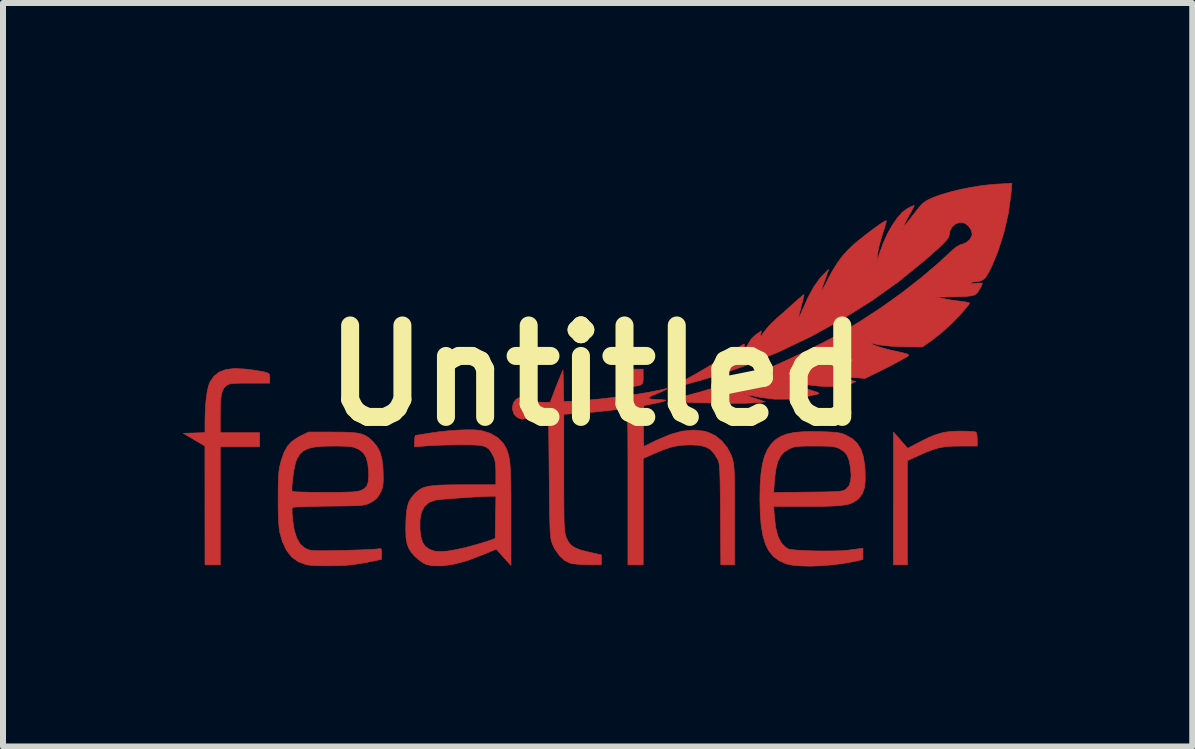
<source format=kicad_pcb>
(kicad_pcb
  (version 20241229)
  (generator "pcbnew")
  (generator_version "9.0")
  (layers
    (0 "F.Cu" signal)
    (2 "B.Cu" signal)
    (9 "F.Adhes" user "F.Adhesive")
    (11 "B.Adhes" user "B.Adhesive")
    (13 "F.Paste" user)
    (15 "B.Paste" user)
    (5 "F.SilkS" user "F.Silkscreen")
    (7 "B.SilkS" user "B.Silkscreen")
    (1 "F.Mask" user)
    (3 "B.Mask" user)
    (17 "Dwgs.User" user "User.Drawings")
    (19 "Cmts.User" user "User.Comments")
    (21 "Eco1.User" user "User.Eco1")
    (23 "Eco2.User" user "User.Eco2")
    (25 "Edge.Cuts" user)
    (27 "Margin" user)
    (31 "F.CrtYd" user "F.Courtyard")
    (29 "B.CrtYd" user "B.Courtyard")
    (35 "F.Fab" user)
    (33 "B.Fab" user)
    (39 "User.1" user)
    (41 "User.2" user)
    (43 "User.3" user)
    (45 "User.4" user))
  (footprint "Untitled"
    (layer "F.Cu")
    (at 6.885 3.208)
    (property "Reference" "Untitled" (at 0 0 0) (layer "F.SilkS") (effects (font (size 1.524 1.524) (thickness 0.3))))
    (attr through_hole)
    (fp_poly (pts (xy 0.783 0.019) (xy 0.782 0.09) (xy 0.771 0.132) (xy 0.742 0.157) (xy 0.687 0.171) (xy 0.627 0.181) (xy 0.529 0.195) (xy 0.529 -0.106) (xy 0.783 -0.106) (xy 0.783 0.019)) (stroke (width 0.01) (type solid)) (fill yes) (layer "F.Cu"))
    (fp_poly (pts (xy 6.08 0.926) (xy 6.175 0.928) (xy 6.255 0.932) (xy 6.309 0.937) (xy 6.328 0.942) (xy 6.341 0.969) (xy 6.348 1.024) (xy 6.35 1.065) (xy 6.35 1.175) (xy 6.07 1.175) (xy 5.932 1.177) (xy 5.817 1.186) (xy 5.715 1.204) (xy 5.612 1.233) (xy 5.496 1.278) (xy 5.356 1.341) (xy 5.35 1.343) (xy 5.186 1.419) (xy 5.186 3.154) (xy 4.953 3.154) (xy 4.954 2.048) (xy 4.954 0.942) (xy 5.01 1.005) (xy 5.061 1.064) (xy 5.117 1.129) (xy 5.128 1.141) (xy 5.191 1.213) (xy 5.395 1.106) (xy 5.541 1.033) (xy 5.667 0.982) (xy 5.784 0.949) (xy 5.905 0.932) (xy 6.044 0.926) (xy 6.08 0.926)) (stroke (width 0.01) (type solid)) (fill yes) (layer "F.Cu"))
    (fp_poly (pts (xy -5.858 -0.109) (xy -5.827 -0.106) (xy -5.726 -0.093) (xy -5.63 -0.078) (xy -5.554 -0.065) (xy -5.53 -0.059) (xy -5.474 -0.043) (xy -5.448 -0.022) (xy -5.44 0.017) (xy -5.44 0.045) (xy -5.44 0.127) (xy -5.776 0.127) (xy -5.904 0.127) (xy -5.997 0.129) (xy -6.062 0.133) (xy -6.106 0.14) (xy -6.137 0.151) (xy -6.162 0.166) (xy -6.167 0.17) (xy -6.203 0.207) (xy -6.229 0.257) (xy -6.247 0.326) (xy -6.259 0.42) (xy -6.264 0.546) (xy -6.265 0.661) (xy -6.265 0.953) (xy -5.609 0.953) (xy -5.609 1.185) (xy -6.265 1.185) (xy -6.265 3.154) (xy -6.519 3.154) (xy -6.52 1.175) (xy -6.88 0.963) (xy -6.519 0.951) (xy -6.519 0.756) (xy -6.514 0.575) (xy -6.502 0.412) (xy -6.483 0.273) (xy -6.458 0.165) (xy -6.436 0.109) (xy -6.37 0.012) (xy -6.283 -0.057) (xy -6.17 -0.1) (xy -6.03 -0.117) (xy -5.858 -0.109)) (stroke (width 0.01) (type solid)) (fill yes) (layer "F.Cu"))
    (fp_poly (pts (xy -2.033 0.905) (xy -1.935 0.914) (xy -1.914 0.917) (xy -1.76 0.965) (xy -1.636 1.038) (xy -1.545 1.135) (xy -1.531 1.158) (xy -1.504 1.206) (xy -1.482 1.255) (xy -1.465 1.31) (xy -1.45 1.374) (xy -1.439 1.452) (xy -1.431 1.548) (xy -1.426 1.666) (xy -1.422 1.812) (xy -1.42 1.988) (xy -1.42 2.201) (xy -1.42 2.339) (xy -1.42 3.164) (xy -1.543 3.029) (xy -1.666 2.893) (xy -1.897 2.989) (xy -2.143 3.082) (xy -2.364 3.142) (xy -2.559 3.172) (xy -2.727 3.17) (xy -2.836 3.147) (xy -2.889 3.12) (xy -2.956 3.072) (xy -3.019 3.016) (xy -3.08 2.948) (xy -3.124 2.877) (xy -3.153 2.797) (xy -3.169 2.698) (xy -3.174 2.573) (xy -3.171 2.433) (xy -3.17 2.41) (xy -2.937 2.41) (xy -2.936 2.571) (xy -2.92 2.696) (xy -2.89 2.787) (xy -2.843 2.852) (xy -2.774 2.898) (xy -2.766 2.902) (xy -2.69 2.926) (xy -2.594 2.934) (xy -2.473 2.925) (xy -2.324 2.899) (xy -2.186 2.868) (xy -2.076 2.839) (xy -1.961 2.807) (xy -1.861 2.776) (xy -1.831 2.767) (xy -1.683 2.716) (xy -1.677 2.363) (xy -1.671 2.011) (xy -1.719 2.011) (xy -1.792 2.012) (xy -1.894 2.017) (xy -2.014 2.023) (xy -2.145 2.031) (xy -2.279 2.04) (xy -2.407 2.049) (xy -2.52 2.058) (xy -2.611 2.067) (xy -2.67 2.074) (xy -2.68 2.076) (xy -2.785 2.114) (xy -2.862 2.181) (xy -2.913 2.28) (xy -2.937 2.41) (xy -3.17 2.41) (xy -3.163 2.294) (xy -3.147 2.188) (xy -3.121 2.105) (xy -3.08 2.034) (xy -3.022 1.967) (xy -3.009 1.955) (xy -2.966 1.917) (xy -2.92 1.887) (xy -2.866 1.863) (xy -2.798 1.846) (xy -2.712 1.834) (xy -2.601 1.826) (xy -2.461 1.822) (xy -2.287 1.82) (xy -2.197 1.82) (xy -1.672 1.82) (xy -1.672 1.624) (xy -1.674 1.52) (xy -1.681 1.446) (xy -1.696 1.388) (xy -1.72 1.334) (xy -1.754 1.272) (xy -1.788 1.226) (xy -1.83 1.194) (xy -1.886 1.173) (xy -1.962 1.161) (xy -2.066 1.155) (xy -2.204 1.154) (xy -2.229 1.154) (xy -2.369 1.155) (xy -2.515 1.158) (xy -2.654 1.162) (xy -2.77 1.168) (xy -2.799 1.17) (xy -3.027 1.187) (xy -3.027 1.091) (xy -3.023 1.034) (xy -3.012 0.999) (xy -3.006 0.995) (xy -2.976 0.992) (xy -2.916 0.983) (xy -2.836 0.97) (xy -2.799 0.964) (xy -2.639 0.94) (xy -2.474 0.922) (xy -2.311 0.91) (xy -2.161 0.904) (xy -2.033 0.905)) (stroke (width 0.01) (type solid)) (fill yes) (layer "F.Cu"))
    (fp_poly (pts (xy 3.728 0.935) (xy 3.859 0.939) (xy 3.955 0.945) (xy 4.027 0.952) (xy 4.082 0.963) (xy 4.13 0.979) (xy 4.159 0.992) (xy 4.268 1.053) (xy 4.351 1.131) (xy 4.412 1.23) (xy 4.453 1.356) (xy 4.476 1.514) (xy 4.482 1.604) (xy 4.483 1.755) (xy 4.469 1.872) (xy 4.438 1.963) (xy 4.387 2.035) (xy 4.358 2.063) (xy 4.314 2.095) (xy 4.267 2.122) (xy 4.21 2.142) (xy 4.138 2.157) (xy 4.048 2.168) (xy 3.932 2.175) (xy 3.787 2.179) (xy 3.607 2.18) (xy 3.517 2.18) (xy 2.957 2.18) (xy 2.97 2.355) (xy 2.992 2.537) (xy 3.03 2.681) (xy 3.085 2.789) (xy 3.157 2.863) (xy 3.209 2.892) (xy 3.252 2.901) (xy 3.328 2.908) (xy 3.431 2.915) (xy 3.552 2.92) (xy 3.683 2.923) (xy 3.817 2.924) (xy 3.944 2.923) (xy 4.057 2.921) (xy 4.148 2.915) (xy 4.186 2.912) (xy 4.268 2.901) (xy 4.351 2.89) (xy 4.36 2.889) (xy 4.445 2.878) (xy 4.445 3.066) (xy 4.292 3.099) (xy 4.12 3.131) (xy 3.938 3.154) (xy 3.756 3.169) (xy 3.58 3.176) (xy 3.42 3.173) (xy 3.282 3.162) (xy 3.177 3.141) (xy 3.161 3.136) (xy 3.048 3.085) (xy 2.955 3.016) (xy 2.879 2.926) (xy 2.821 2.811) (xy 2.778 2.667) (xy 2.749 2.492) (xy 2.733 2.283) (xy 2.728 2.064) (xy 2.73 1.95) (xy 2.957 1.95) (xy 3.53 1.943) (xy 3.701 1.941) (xy 3.836 1.939) (xy 3.938 1.936) (xy 4.014 1.932) (xy 4.068 1.927) (xy 4.105 1.92) (xy 4.132 1.911) (xy 4.153 1.9) (xy 4.163 1.892) (xy 4.212 1.838) (xy 4.24 1.762) (xy 4.248 1.659) (xy 4.237 1.531) (xy 4.215 1.415) (xy 4.183 1.332) (xy 4.134 1.271) (xy 4.063 1.223) (xy 4.052 1.217) (xy 4.015 1.201) (xy 3.973 1.189) (xy 3.919 1.181) (xy 3.845 1.177) (xy 3.742 1.175) (xy 3.641 1.175) (xy 3.513 1.175) (xy 3.42 1.177) (xy 3.352 1.182) (xy 3.301 1.19) (xy 3.259 1.203) (xy 3.218 1.221) (xy 3.213 1.224) (xy 3.134 1.274) (xy 3.073 1.341) (xy 3.028 1.43) (xy 2.997 1.547) (xy 2.976 1.698) (xy 2.97 1.763) (xy 2.957 1.95) (xy 2.73 1.95) (xy 2.732 1.832) (xy 2.746 1.638) (xy 2.77 1.476) (xy 2.806 1.342) (xy 2.854 1.233) (xy 2.915 1.143) (xy 2.918 1.14) (xy 2.989 1.07) (xy 3.071 1.016) (xy 3.169 0.977) (xy 3.29 0.951) (xy 3.438 0.937) (xy 3.62 0.933) (xy 3.728 0.935)) (stroke (width 0.01) (type solid)) (fill yes) (layer "F.Cu"))
    (fp_poly (pts (xy -4.236 0.943) (xy -4.104 0.947) (xy -4.002 0.956) (xy -3.922 0.972) (xy -3.858 0.995) (xy -3.803 1.027) (xy -3.751 1.07) (xy -3.722 1.098) (xy -3.652 1.182) (xy -3.602 1.278) (xy -3.57 1.394) (xy -3.553 1.539) (xy -3.549 1.648) (xy -3.548 1.748) (xy -3.553 1.82) (xy -3.564 1.874) (xy -3.583 1.925) (xy -3.599 1.958) (xy -3.648 2.035) (xy -3.71 2.089) (xy -3.757 2.116) (xy -3.789 2.132) (xy -3.819 2.144) (xy -3.853 2.153) (xy -3.896 2.161) (xy -3.953 2.166) (xy -4.031 2.169) (xy -4.135 2.172) (xy -4.269 2.174) (xy -4.44 2.176) (xy -4.455 2.176) (xy -4.609 2.178) (xy -4.75 2.181) (xy -4.871 2.185) (xy -4.967 2.189) (xy -5.033 2.193) (xy -5.063 2.197) (xy -5.064 2.198) (xy -5.068 2.224) (xy -5.068 2.282) (xy -5.062 2.363) (xy -5.057 2.414) (xy -5.031 2.58) (xy -4.99 2.71) (xy -4.934 2.805) (xy -4.862 2.87) (xy -4.841 2.882) (xy -4.812 2.896) (xy -4.783 2.906) (xy -4.748 2.913) (xy -4.7 2.918) (xy -4.635 2.92) (xy -4.547 2.92) (xy -4.429 2.919) (xy -4.277 2.915) (xy -4.224 2.914) (xy -4.075 2.91) (xy -3.938 2.906) (xy -3.818 2.901) (xy -3.723 2.896) (xy -3.659 2.891) (xy -3.635 2.888) (xy -3.6 2.882) (xy -3.583 2.892) (xy -3.578 2.93) (xy -3.577 2.968) (xy -3.577 3.063) (xy -3.741 3.097) (xy -3.847 3.118) (xy -3.963 3.137) (xy -4.055 3.151) (xy -4.149 3.16) (xy -4.265 3.166) (xy -4.392 3.17) (xy -4.521 3.17) (xy -4.642 3.168) (xy -4.744 3.163) (xy -4.816 3.155) (xy -4.832 3.152) (xy -4.965 3.103) (xy -5.074 3.024) (xy -5.161 2.913) (xy -5.229 2.767) (xy -5.273 2.612) (xy -5.285 2.528) (xy -5.294 2.403) (xy -5.299 2.237) (xy -5.3 2.043) (xy -5.299 1.902) (xy -5.071 1.902) (xy -5.067 1.93) (xy -5.044 1.935) (xy -4.984 1.939) (xy -4.894 1.942) (xy -4.778 1.945) (xy -4.644 1.947) (xy -4.529 1.947) (xy -4.357 1.947) (xy -4.222 1.945) (xy -4.118 1.942) (xy -4.04 1.938) (xy -3.983 1.931) (xy -3.942 1.922) (xy -3.918 1.914) (xy -3.858 1.881) (xy -3.818 1.833) (xy -3.797 1.764) (xy -3.79 1.665) (xy -3.793 1.594) (xy -3.807 1.459) (xy -3.836 1.359) (xy -3.883 1.286) (xy -3.951 1.233) (xy -3.978 1.22) (xy -4.022 1.201) (xy -4.068 1.189) (xy -4.126 1.181) (xy -4.203 1.177) (xy -4.309 1.175) (xy -4.381 1.175) (xy -4.554 1.178) (xy -4.691 1.191) (xy -4.796 1.215) (xy -4.876 1.253) (xy -4.936 1.306) (xy -4.981 1.378) (xy -5.006 1.439) (xy -5.021 1.497) (xy -5.037 1.576) (xy -5.051 1.667) (xy -5.062 1.759) (xy -5.07 1.841) (xy -5.071 1.902) (xy -5.299 1.902) (xy -5.299 1.887) (xy -5.297 1.765) (xy -5.293 1.671) (xy -5.286 1.595) (xy -5.277 1.531) (xy -5.263 1.471) (xy -5.254 1.434) (xy -5.206 1.291) (xy -5.148 1.182) (xy -5.072 1.098) (xy -4.973 1.031) (xy -4.937 1.012) (xy -4.795 0.942) (xy -4.403 0.942) (xy -4.236 0.943)) (stroke (width 0.01) (type solid)) (fill yes) (layer "F.Cu"))
    (fp_poly (pts (xy -0.546 0.169) (xy -0.54 0.434) (xy -0.476 0.432) (xy -0.314 0.424) (xy -0.127 0.409) (xy 0.077 0.389) (xy 0.289 0.365) (xy 0.5 0.337) (xy 0.702 0.308) (xy 0.886 0.277) (xy 1.043 0.246) (xy 1.154 0.22) (xy 1.182 0.215) (xy 1.176 0.224) (xy 1.141 0.244) (xy 1.083 0.271) (xy 1.007 0.303) (xy 0.987 0.311) (xy 0.913 0.344) (xy 0.877 0.368) (xy 0.882 0.385) (xy 0.927 0.395) (xy 1.014 0.4) (xy 1.046 0.401) (xy 1.11 0.404) (xy 1.15 0.409) (xy 1.158 0.416) (xy 1.132 0.426) (xy 1.075 0.442) (xy 0.998 0.459) (xy 0.969 0.465) (xy 0.794 0.501) (xy 0.788 0.845) (xy 0.787 0.96) (xy 0.788 1.057) (xy 0.791 1.131) (xy 0.795 1.173) (xy 0.799 1.181) (xy 0.823 1.169) (xy 0.877 1.142) (xy 0.952 1.105) (xy 1.016 1.074) (xy 1.231 0.982) (xy 1.431 0.927) (xy 1.617 0.908) (xy 1.793 0.926) (xy 1.862 0.944) (xy 1.982 1) (xy 2.093 1.089) (xy 2.185 1.202) (xy 2.252 1.332) (xy 2.263 1.364) (xy 2.274 1.402) (xy 2.283 1.441) (xy 2.291 1.484) (xy 2.296 1.537) (xy 2.3 1.603) (xy 2.303 1.688) (xy 2.305 1.796) (xy 2.307 1.933) (xy 2.307 2.101) (xy 2.307 2.307) (xy 2.307 2.331) (xy 2.307 3.154) (xy 2.077 3.154) (xy 2.071 2.312) (xy 2.069 2.1) (xy 2.067 1.925) (xy 2.065 1.785) (xy 2.062 1.674) (xy 2.059 1.589) (xy 2.054 1.524) (xy 2.049 1.477) (xy 2.042 1.443) (xy 2.034 1.417) (xy 2.024 1.397) (xy 1.964 1.299) (xy 1.899 1.23) (xy 1.82 1.187) (xy 1.72 1.163) (xy 1.589 1.156) (xy 1.556 1.156) (xy 1.438 1.161) (xy 1.332 1.175) (xy 1.228 1.199) (xy 1.113 1.239) (xy 0.977 1.295) (xy 0.93 1.316) (xy 0.783 1.382) (xy 0.783 3.154) (xy 0.529 3.154) (xy 0.529 1.852) (xy 0.529 1.585) (xy 0.529 1.357) (xy 0.528 1.164) (xy 0.528 1.006) (xy 0.526 0.876) (xy 0.525 0.774) (xy 0.522 0.696) (xy 0.519 0.638) (xy 0.515 0.598) (xy 0.511 0.572) (xy 0.505 0.558) (xy 0.498 0.552) (xy 0.492 0.551) (xy 0.453 0.554) (xy 0.387 0.561) (xy 0.307 0.571) (xy 0.307 0.571) (xy -0.018 0.607) (xy -0.339 0.632) (xy -0.54 0.646) (xy -0.54 1.619) (xy -0.54 1.85) (xy -0.539 2.042) (xy -0.538 2.2) (xy -0.537 2.327) (xy -0.535 2.428) (xy -0.531 2.507) (xy -0.527 2.567) (xy -0.522 2.612) (xy -0.515 2.647) (xy -0.507 2.676) (xy -0.501 2.693) (xy -0.465 2.769) (xy -0.42 2.826) (xy -0.356 2.869) (xy -0.267 2.905) (xy -0.144 2.937) (xy -0.13 2.94) (xy 0.085 2.989) (xy 0.085 3.154) (xy -0.132 3.152) (xy -0.234 3.149) (xy -0.329 3.142) (xy -0.404 3.133) (xy -0.431 3.128) (xy -0.522 3.084) (xy -0.609 3.006) (xy -0.683 2.903) (xy -0.723 2.823) (xy -0.734 2.794) (xy -0.744 2.765) (xy -0.752 2.734) (xy -0.758 2.695) (xy -0.763 2.646) (xy -0.768 2.582) (xy -0.771 2.498) (xy -0.774 2.392) (xy -0.776 2.26) (xy -0.779 2.096) (xy -0.781 1.898) (xy -0.783 1.672) (xy -0.794 0.646) (xy -0.904 0.639) (xy -0.983 0.64) (xy -1.039 0.656) (xy -1.078 0.68) (xy -1.161 0.721) (xy -1.243 0.726) (xy -1.315 0.7) (xy -1.368 0.646) (xy -1.395 0.567) (xy -1.397 0.54) (xy -1.38 0.456) (xy -1.333 0.394) (xy -1.265 0.36) (xy -1.186 0.355) (xy -1.102 0.384) (xy -1.076 0.402) (xy -1.021 0.43) (xy -0.948 0.443) (xy -0.892 0.445) (xy -0.766 0.445) (xy -0.708 0.291) (xy -0.672 0.196) (xy -0.633 0.097) (xy -0.602 0.021) (xy -0.553 -0.095) (xy -0.546 0.169)) (stroke (width 0.01) (type solid)) (fill yes) (layer "F.Cu"))
    (fp_poly (pts (xy 6.912 -3.025) (xy 6.868 -2.705) (xy 6.793 -2.379) (xy 6.691 -2.06) (xy 6.589 -1.816) (xy 6.536 -1.711) (xy 6.491 -1.639) (xy 6.446 -1.596) (xy 6.394 -1.573) (xy 6.329 -1.566) (xy 6.32 -1.566) (xy 6.268 -1.556) (xy 6.244 -1.544) (xy 6.238 -1.533) (xy 6.27 -1.531) (xy 6.324 -1.537) (xy 6.385 -1.542) (xy 6.426 -1.539) (xy 6.435 -1.534) (xy 6.425 -1.507) (xy 6.4 -1.458) (xy 6.383 -1.428) (xy 6.345 -1.372) (xy 6.307 -1.343) (xy 6.25 -1.329) (xy 6.231 -1.326) (xy 6.168 -1.32) (xy 6.077 -1.315) (xy 5.971 -1.311) (xy 5.897 -1.31) (xy 5.662 -1.307) (xy 5.8 -1.279) (xy 5.9 -1.261) (xy 6.013 -1.245) (xy 6.08 -1.237) (xy 6.152 -1.227) (xy 6.203 -1.217) (xy 6.223 -1.207) (xy 6.223 -1.207) (xy 6.21 -1.186) (xy 6.174 -1.14) (xy 6.123 -1.079) (xy 6.086 -1.036) (xy 5.931 -0.874) (xy 5.76 -0.718) (xy 5.589 -0.583) (xy 5.55 -0.556) (xy 5.435 -0.476) (xy 5.157 -0.478) (xy 4.921 -0.488) (xy 4.717 -0.511) (xy 4.576 -0.541) (xy 4.571 -0.539) (xy 4.598 -0.523) (xy 4.622 -0.511) (xy 4.679 -0.488) (xy 4.764 -0.462) (xy 4.861 -0.435) (xy 4.908 -0.424) (xy 5.035 -0.396) (xy 5.125 -0.375) (xy 5.181 -0.36) (xy 5.205 -0.346) (xy 5.203 -0.331) (xy 5.177 -0.312) (xy 5.13 -0.285) (xy 5.09 -0.263) (xy 5.008 -0.218) (xy 4.904 -0.162) (xy 4.791 -0.105) (xy 4.711 -0.065) (xy 4.479 0.048) (xy 4.252 0.029) (xy 4.161 0.023) (xy 4.09 0.019) (xy 4.046 0.019) (xy 4.036 0.021) (xy 4.06 0.031) (xy 4.114 0.047) (xy 4.186 0.065) (xy 4.187 0.065) (xy 4.329 0.1) (xy 4.251 0.134) (xy 4.154 0.162) (xy 4.027 0.179) (xy 3.877 0.183) (xy 3.714 0.176) (xy 3.547 0.158) (xy 3.385 0.128) (xy 3.33 0.115) (xy 3.265 0.099) (xy 3.218 0.091) (xy 3.203 0.092) (xy 3.217 0.103) (xy 3.261 0.125) (xy 3.328 0.153) (xy 3.408 0.184) (xy 3.492 0.215) (xy 3.571 0.242) (xy 3.628 0.26) (xy 3.683 0.278) (xy 3.712 0.295) (xy 3.712 0.302) (xy 3.684 0.311) (xy 3.624 0.325) (xy 3.54 0.343) (xy 3.449 0.361) (xy 3.207 0.393) (xy 2.973 0.394) (xy 2.731 0.363) (xy 2.669 0.35) (xy 2.593 0.335) (xy 2.536 0.326) (xy 2.507 0.323) (xy 2.506 0.324) (xy 2.521 0.333) (xy 2.567 0.352) (xy 2.635 0.377) (xy 2.658 0.385) (xy 2.817 0.438) (xy 2.686 0.452) (xy 2.605 0.457) (xy 2.49 0.461) (xy 2.349 0.462) (xy 2.189 0.462) (xy 2.018 0.46) (xy 1.845 0.456) (xy 1.676 0.451) (xy 1.521 0.444) (xy 1.517 0.443) (xy 1.411 0.437) (xy 1.32 0.431) (xy 1.254 0.425) (xy 1.219 0.42) (xy 1.216 0.419) (xy 1.232 0.411) (xy 1.282 0.395) (xy 1.359 0.373) (xy 1.456 0.348) (xy 1.487 0.34) (xy 1.61 0.307) (xy 2.455 0.307) (xy 2.466 0.318) (xy 2.477 0.307) (xy 2.466 0.296) (xy 2.455 0.307) (xy 1.61 0.307) (xy 1.739 0.272) (xy 2.013 0.19) (xy 2.293 0.098) (xy 2.563 0.003) (xy 2.72 -0.057) (xy 2.865 -0.117) (xy 3.036 -0.192) (xy 3.223 -0.277) (xy 3.418 -0.369) (xy 3.609 -0.462) (xy 3.787 -0.552) (xy 3.942 -0.633) (xy 4.03 -0.681) (xy 4.391 -0.898) (xy 4.748 -1.131) (xy 5.092 -1.377) (xy 5.414 -1.628) (xy 5.708 -1.879) (xy 5.853 -2.013) (xy 5.94 -2.093) (xy 6.007 -2.146) (xy 6.061 -2.177) (xy 6.1 -2.189) (xy 6.169 -2.217) (xy 6.227 -2.268) (xy 6.261 -2.33) (xy 6.265 -2.359) (xy 6.248 -2.428) (xy 6.202 -2.494) (xy 6.142 -2.538) (xy 6.139 -2.54) (xy 6.062 -2.552) (xy 5.989 -2.528) (xy 5.929 -2.476) (xy 5.892 -2.403) (xy 5.884 -2.344) (xy 5.878 -2.317) (xy 5.857 -2.281) (xy 5.818 -2.235) (xy 5.758 -2.173) (xy 5.673 -2.094) (xy 5.561 -1.994) (xy 5.472 -1.917) (xy 5.043 -1.568) (xy 4.581 -1.239) (xy 4.089 -0.931) (xy 3.575 -0.649) (xy 3.043 -0.395) (xy 2.5 -0.171) (xy 2.138 -0.043) (xy 2.029 -0.008) (xy 1.905 0.03) (xy 1.773 0.069) (xy 1.64 0.107) (xy 1.514 0.142) (xy 1.4 0.171) (xy 1.308 0.194) (xy 1.244 0.208) (xy 1.218 0.212) (xy 1.225 0.203) (xy 1.264 0.182) (xy 1.326 0.15) (xy 1.348 0.139) (xy 1.492 0.066) (xy 1.659 -0.026) (xy 1.841 -0.132) (xy 2.025 -0.245) (xy 2.201 -0.358) (xy 2.291 -0.417) (xy 2.369 -0.467) (xy 2.427 -0.505) (xy 2.459 -0.524) (xy 2.462 -0.526) (xy 2.47 -0.513) (xy 2.469 -0.47) (xy 2.466 -0.452) (xy 2.461 -0.412) (xy 2.463 -0.4) (xy 2.477 -0.42) (xy 2.504 -0.474) (xy 2.516 -0.497) (xy 2.582 -0.606) (xy 2.661 -0.682) (xy 2.666 -0.685) (xy 2.753 -0.745) (xy 2.74 -0.685) (xy 2.736 -0.657) (xy 2.745 -0.658) (xy 2.771 -0.689) (xy 2.8 -0.73) (xy 2.853 -0.797) (xy 2.925 -0.874) (xy 3.001 -0.946) (xy 3.008 -0.953) (xy 3.088 -1.022) (xy 3.182 -1.106) (xy 3.273 -1.188) (xy 3.3 -1.212) (xy 3.366 -1.271) (xy 3.42 -1.317) (xy 3.454 -1.345) (xy 3.462 -1.349) (xy 3.46 -1.328) (xy 3.448 -1.275) (xy 3.429 -1.2) (xy 3.417 -1.155) (xy 3.396 -1.072) (xy 3.38 -1.006) (xy 3.373 -0.966) (xy 3.373 -0.959) (xy 3.383 -0.974) (xy 3.404 -1.018) (xy 3.429 -1.074) (xy 3.528 -1.296) (xy 3.627 -1.478) (xy 3.726 -1.617) (xy 3.76 -1.655) (xy 3.813 -1.71) (xy 3.853 -1.75) (xy 3.873 -1.767) (xy 3.873 -1.767) (xy 3.867 -1.745) (xy 3.848 -1.693) (xy 3.822 -1.621) (xy 3.811 -1.589) (xy 3.783 -1.512) (xy 3.764 -1.453) (xy 3.757 -1.421) (xy 3.757 -1.418) (xy 3.771 -1.436) (xy 3.798 -1.481) (xy 3.831 -1.546) (xy 3.833 -1.549) (xy 3.926 -1.725) (xy 4.014 -1.869) (xy 4.103 -1.99) (xy 4.2 -2.098) (xy 4.311 -2.2) (xy 4.333 -2.219) (xy 4.429 -2.297) (xy 4.527 -2.373) (xy 4.621 -2.444) (xy 4.704 -2.504) (xy 4.772 -2.549) (xy 4.817 -2.576) (xy 4.835 -2.58) (xy 4.832 -2.558) (xy 4.817 -2.504) (xy 4.794 -2.428) (xy 4.772 -2.359) (xy 4.74 -2.255) (xy 4.712 -2.149) (xy 4.694 -2.058) (xy 4.689 -2.021) (xy 4.677 -1.894) (xy 4.716 -2.021) (xy 4.777 -2.192) (xy 4.849 -2.354) (xy 4.9 -2.445) (xy 5.101 -2.445) (xy 5.112 -2.434) (xy 5.122 -2.445) (xy 5.112 -2.455) (xy 5.101 -2.445) (xy 4.9 -2.445) (xy 4.931 -2.5) (xy 5.017 -2.625) (xy 5.103 -2.722) (xy 5.186 -2.783) (xy 5.189 -2.785) (xy 5.248 -2.814) (xy 5.288 -2.832) (xy 5.3 -2.836) (xy 5.295 -2.819) (xy 5.272 -2.774) (xy 5.237 -2.708) (xy 5.213 -2.666) (xy 5.172 -2.591) (xy 5.142 -2.531) (xy 5.126 -2.494) (xy 5.125 -2.487) (xy 5.141 -2.5) (xy 5.175 -2.539) (xy 5.222 -2.599) (xy 5.255 -2.643) (xy 5.317 -2.723) (xy 5.378 -2.799) (xy 5.429 -2.856) (xy 5.445 -2.872) (xy 5.513 -2.919) (xy 5.616 -2.968) (xy 5.749 -3.015) (xy 5.903 -3.06) (xy 6.073 -3.102) (xy 6.251 -3.137) (xy 6.431 -3.166) (xy 6.607 -3.185) (xy 6.683 -3.19) (xy 6.928 -3.203) (xy 6.912 -3.025)) (stroke (width 0.01) (type solid)) (fill yes) (layer "F.Cu"))
    (fp_poly (pts (xy 0.783 0.019) (xy 0.782 0.09) (xy 0.771 0.132) (xy 0.742 0.157) (xy 0.687 0.171) (xy 0.627 0.181) (xy 0.529 0.195) (xy 0.529 -0.106) (xy 0.783 -0.106) (xy 0.783 0.019)) (stroke (width 0.01) (type solid)) (fill yes) (layer "F.Mask"))
    (fp_poly (pts (xy 6.08 0.926) (xy 6.175 0.928) (xy 6.255 0.932) (xy 6.309 0.937) (xy 6.328 0.942) (xy 6.341 0.969) (xy 6.348 1.024) (xy 6.35 1.065) (xy 6.35 1.175) (xy 6.07 1.175) (xy 5.932 1.177) (xy 5.817 1.186) (xy 5.715 1.204) (xy 5.612 1.233) (xy 5.496 1.278) (xy 5.356 1.341) (xy 5.35 1.343) (xy 5.186 1.419) (xy 5.186 3.154) (xy 4.953 3.154) (xy 4.954 2.048) (xy 4.954 0.942) (xy 5.01 1.005) (xy 5.061 1.064) (xy 5.117 1.129) (xy 5.128 1.141) (xy 5.191 1.213) (xy 5.395 1.106) (xy 5.541 1.033) (xy 5.667 0.982) (xy 5.784 0.949) (xy 5.905 0.932) (xy 6.044 0.926) (xy 6.08 0.926)) (stroke (width 0.01) (type solid)) (fill yes) (layer "F.Mask"))
    (fp_poly (pts (xy -5.858 -0.109) (xy -5.827 -0.106) (xy -5.726 -0.093) (xy -5.63 -0.078) (xy -5.554 -0.065) (xy -5.53 -0.059) (xy -5.474 -0.043) (xy -5.448 -0.022) (xy -5.44 0.017) (xy -5.44 0.045) (xy -5.44 0.127) (xy -5.776 0.127) (xy -5.904 0.127) (xy -5.997 0.129) (xy -6.062 0.133) (xy -6.106 0.14) (xy -6.137 0.151) (xy -6.162 0.166) (xy -6.167 0.17) (xy -6.203 0.207) (xy -6.229 0.257) (xy -6.247 0.326) (xy -6.259 0.42) (xy -6.264 0.546) (xy -6.265 0.661) (xy -6.265 0.953) (xy -5.609 0.953) (xy -5.609 1.185) (xy -6.265 1.185) (xy -6.265 3.154) (xy -6.519 3.154) (xy -6.52 1.175) (xy -6.88 0.963) (xy -6.519 0.951) (xy -6.519 0.756) (xy -6.514 0.575) (xy -6.502 0.412) (xy -6.483 0.273) (xy -6.458 0.165) (xy -6.436 0.109) (xy -6.37 0.012) (xy -6.283 -0.057) (xy -6.17 -0.1) (xy -6.03 -0.117) (xy -5.858 -0.109)) (stroke (width 0.01) (type solid)) (fill yes) (layer "F.Mask"))
    (fp_poly (pts (xy -2.033 0.905) (xy -1.935 0.914) (xy -1.914 0.917) (xy -1.76 0.965) (xy -1.636 1.038) (xy -1.545 1.135) (xy -1.531 1.158) (xy -1.504 1.206) (xy -1.482 1.255) (xy -1.465 1.31) (xy -1.45 1.374) (xy -1.439 1.452) (xy -1.431 1.548) (xy -1.426 1.666) (xy -1.422 1.812) (xy -1.42 1.988) (xy -1.42 2.201) (xy -1.42 2.339) (xy -1.42 3.164) (xy -1.543 3.029) (xy -1.666 2.893) (xy -1.897 2.989) (xy -2.143 3.082) (xy -2.364 3.142) (xy -2.559 3.172) (xy -2.727 3.17) (xy -2.836 3.147) (xy -2.889 3.12) (xy -2.956 3.072) (xy -3.019 3.016) (xy -3.08 2.948) (xy -3.124 2.877) (xy -3.153 2.797) (xy -3.169 2.698) (xy -3.174 2.573) (xy -3.171 2.433) (xy -3.17 2.41) (xy -2.937 2.41) (xy -2.936 2.571) (xy -2.92 2.696) (xy -2.89 2.787) (xy -2.843 2.852) (xy -2.774 2.898) (xy -2.766 2.902) (xy -2.69 2.926) (xy -2.594 2.934) (xy -2.473 2.925) (xy -2.324 2.899) (xy -2.186 2.868) (xy -2.076 2.839) (xy -1.961 2.807) (xy -1.861 2.776) (xy -1.831 2.767) (xy -1.683 2.716) (xy -1.677 2.363) (xy -1.671 2.011) (xy -1.719 2.011) (xy -1.792 2.012) (xy -1.894 2.017) (xy -2.014 2.023) (xy -2.145 2.031) (xy -2.279 2.04) (xy -2.407 2.049) (xy -2.52 2.058) (xy -2.611 2.067) (xy -2.67 2.074) (xy -2.68 2.076) (xy -2.785 2.114) (xy -2.862 2.181) (xy -2.913 2.28) (xy -2.937 2.41) (xy -3.17 2.41) (xy -3.163 2.294) (xy -3.147 2.188) (xy -3.121 2.105) (xy -3.08 2.034) (xy -3.022 1.967) (xy -3.009 1.955) (xy -2.966 1.917) (xy -2.92 1.887) (xy -2.866 1.863) (xy -2.798 1.846) (xy -2.712 1.834) (xy -2.601 1.826) (xy -2.461 1.822) (xy -2.287 1.82) (xy -2.197 1.82) (xy -1.672 1.82) (xy -1.672 1.624) (xy -1.674 1.52) (xy -1.681 1.446) (xy -1.696 1.388) (xy -1.72 1.334) (xy -1.754 1.272) (xy -1.788 1.226) (xy -1.83 1.194) (xy -1.886 1.173) (xy -1.962 1.161) (xy -2.066 1.155) (xy -2.204 1.154) (xy -2.229 1.154) (xy -2.369 1.155) (xy -2.515 1.158) (xy -2.654 1.162) (xy -2.77 1.168) (xy -2.799 1.17) (xy -3.027 1.187) (xy -3.027 1.091) (xy -3.023 1.034) (xy -3.012 0.999) (xy -3.006 0.995) (xy -2.976 0.992) (xy -2.916 0.983) (xy -2.836 0.97) (xy -2.799 0.964) (xy -2.639 0.94) (xy -2.474 0.922) (xy -2.311 0.91) (xy -2.161 0.904) (xy -2.033 0.905)) (stroke (width 0.01) (type solid)) (fill yes) (layer "F.Mask"))
    (fp_poly (pts (xy 3.728 0.935) (xy 3.859 0.939) (xy 3.955 0.945) (xy 4.027 0.952) (xy 4.082 0.963) (xy 4.13 0.979) (xy 4.159 0.992) (xy 4.268 1.053) (xy 4.351 1.131) (xy 4.412 1.23) (xy 4.453 1.356) (xy 4.476 1.514) (xy 4.482 1.604) (xy 4.483 1.755) (xy 4.469 1.872) (xy 4.438 1.963) (xy 4.387 2.035) (xy 4.358 2.063) (xy 4.314 2.095) (xy 4.267 2.122) (xy 4.21 2.142) (xy 4.138 2.157) (xy 4.048 2.168) (xy 3.932 2.175) (xy 3.787 2.179) (xy 3.607 2.18) (xy 3.517 2.18) (xy 2.957 2.18) (xy 2.97 2.355) (xy 2.992 2.537) (xy 3.03 2.681) (xy 3.085 2.789) (xy 3.157 2.863) (xy 3.209 2.892) (xy 3.252 2.901) (xy 3.328 2.908) (xy 3.431 2.915) (xy 3.552 2.92) (xy 3.683 2.923) (xy 3.817 2.924) (xy 3.944 2.923) (xy 4.057 2.921) (xy 4.148 2.915) (xy 4.186 2.912) (xy 4.268 2.901) (xy 4.351 2.89) (xy 4.36 2.889) (xy 4.445 2.878) (xy 4.445 3.066) (xy 4.292 3.099) (xy 4.12 3.131) (xy 3.938 3.154) (xy 3.756 3.169) (xy 3.58 3.176) (xy 3.42 3.173) (xy 3.282 3.162) (xy 3.177 3.141) (xy 3.161 3.136) (xy 3.048 3.085) (xy 2.955 3.016) (xy 2.879 2.926) (xy 2.821 2.811) (xy 2.778 2.667) (xy 2.749 2.492) (xy 2.733 2.283) (xy 2.728 2.064) (xy 2.73 1.95) (xy 2.957 1.95) (xy 3.53 1.943) (xy 3.701 1.941) (xy 3.836 1.939) (xy 3.938 1.936) (xy 4.014 1.932) (xy 4.068 1.927) (xy 4.105 1.92) (xy 4.132 1.911) (xy 4.153 1.9) (xy 4.163 1.892) (xy 4.212 1.838) (xy 4.24 1.762) (xy 4.248 1.659) (xy 4.237 1.531) (xy 4.215 1.415) (xy 4.183 1.332) (xy 4.134 1.271) (xy 4.063 1.223) (xy 4.052 1.217) (xy 4.015 1.201) (xy 3.973 1.189) (xy 3.919 1.181) (xy 3.845 1.177) (xy 3.742 1.175) (xy 3.641 1.175) (xy 3.513 1.175) (xy 3.42 1.177) (xy 3.352 1.182) (xy 3.301 1.19) (xy 3.259 1.203) (xy 3.218 1.221) (xy 3.213 1.224) (xy 3.134 1.274) (xy 3.073 1.341) (xy 3.028 1.43) (xy 2.997 1.547) (xy 2.976 1.698) (xy 2.97 1.763) (xy 2.957 1.95) (xy 2.73 1.95) (xy 2.732 1.832) (xy 2.746 1.638) (xy 2.77 1.476) (xy 2.806 1.342) (xy 2.854 1.233) (xy 2.915 1.143) (xy 2.918 1.14) (xy 2.989 1.07) (xy 3.071 1.016) (xy 3.169 0.977) (xy 3.29 0.951) (xy 3.438 0.937) (xy 3.62 0.933) (xy 3.728 0.935)) (stroke (width 0.01) (type solid)) (fill yes) (layer "F.Mask"))
    (fp_poly (pts (xy -4.236 0.943) (xy -4.104 0.947) (xy -4.002 0.956) (xy -3.922 0.972) (xy -3.858 0.995) (xy -3.803 1.027) (xy -3.751 1.07) (xy -3.722 1.098) (xy -3.652 1.182) (xy -3.602 1.278) (xy -3.57 1.394) (xy -3.553 1.539) (xy -3.549 1.648) (xy -3.548 1.748) (xy -3.553 1.82) (xy -3.564 1.874) (xy -3.583 1.925) (xy -3.599 1.958) (xy -3.648 2.035) (xy -3.71 2.089) (xy -3.757 2.116) (xy -3.789 2.132) (xy -3.819 2.144) (xy -3.853 2.153) (xy -3.896 2.161) (xy -3.953 2.166) (xy -4.031 2.169) (xy -4.135 2.172) (xy -4.269 2.174) (xy -4.44 2.176) (xy -4.455 2.176) (xy -4.609 2.178) (xy -4.75 2.181) (xy -4.871 2.185) (xy -4.967 2.189) (xy -5.033 2.193) (xy -5.063 2.197) (xy -5.064 2.198) (xy -5.068 2.224) (xy -5.068 2.282) (xy -5.062 2.363) (xy -5.057 2.414) (xy -5.031 2.58) (xy -4.99 2.71) (xy -4.934 2.805) (xy -4.862 2.87) (xy -4.841 2.882) (xy -4.812 2.896) (xy -4.783 2.906) (xy -4.748 2.913) (xy -4.7 2.918) (xy -4.635 2.92) (xy -4.547 2.92) (xy -4.429 2.919) (xy -4.277 2.915) (xy -4.224 2.914) (xy -4.075 2.91) (xy -3.938 2.906) (xy -3.818 2.901) (xy -3.723 2.896) (xy -3.659 2.891) (xy -3.635 2.888) (xy -3.6 2.882) (xy -3.583 2.892) (xy -3.578 2.93) (xy -3.577 2.968) (xy -3.577 3.063) (xy -3.741 3.097) (xy -3.847 3.118) (xy -3.963 3.137) (xy -4.055 3.151) (xy -4.149 3.16) (xy -4.265 3.166) (xy -4.392 3.17) (xy -4.521 3.17) (xy -4.642 3.168) (xy -4.744 3.163) (xy -4.816 3.155) (xy -4.832 3.152) (xy -4.965 3.103) (xy -5.074 3.024) (xy -5.161 2.913) (xy -5.229 2.767) (xy -5.273 2.612) (xy -5.285 2.528) (xy -5.294 2.403) (xy -5.299 2.237) (xy -5.3 2.043) (xy -5.299 1.902) (xy -5.071 1.902) (xy -5.067 1.93) (xy -5.044 1.935) (xy -4.984 1.939) (xy -4.894 1.942) (xy -4.778 1.945) (xy -4.644 1.947) (xy -4.529 1.947) (xy -4.357 1.947) (xy -4.222 1.945) (xy -4.118 1.942) (xy -4.04 1.938) (xy -3.983 1.931) (xy -3.942 1.922) (xy -3.918 1.914) (xy -3.858 1.881) (xy -3.818 1.833) (xy -3.797 1.764) (xy -3.79 1.665) (xy -3.793 1.594) (xy -3.807 1.459) (xy -3.836 1.359) (xy -3.883 1.286) (xy -3.951 1.233) (xy -3.978 1.22) (xy -4.022 1.201) (xy -4.068 1.189) (xy -4.126 1.181) (xy -4.203 1.177) (xy -4.309 1.175) (xy -4.381 1.175) (xy -4.554 1.178) (xy -4.691 1.191) (xy -4.796 1.215) (xy -4.876 1.253) (xy -4.936 1.306) (xy -4.981 1.378) (xy -5.006 1.439) (xy -5.021 1.497) (xy -5.037 1.576) (xy -5.051 1.667) (xy -5.062 1.759) (xy -5.07 1.841) (xy -5.071 1.902) (xy -5.299 1.902) (xy -5.299 1.887) (xy -5.297 1.765) (xy -5.293 1.671) (xy -5.286 1.595) (xy -5.277 1.531) (xy -5.263 1.471) (xy -5.254 1.434) (xy -5.206 1.291) (xy -5.148 1.182) (xy -5.072 1.098) (xy -4.973 1.031) (xy -4.937 1.012) (xy -4.795 0.942) (xy -4.403 0.942) (xy -4.236 0.943)) (stroke (width 0.01) (type solid)) (fill yes) (layer "F.Mask"))
    (fp_poly (pts (xy -0.546 0.169) (xy -0.54 0.434) (xy -0.476 0.432) (xy -0.314 0.424) (xy -0.127 0.409) (xy 0.077 0.389) (xy 0.289 0.365) (xy 0.5 0.337) (xy 0.702 0.308) (xy 0.886 0.277) (xy 1.043 0.246) (xy 1.154 0.22) (xy 1.182 0.215) (xy 1.176 0.224) (xy 1.141 0.244) (xy 1.083 0.271) (xy 1.007 0.303) (xy 0.987 0.311) (xy 0.913 0.344) (xy 0.877 0.368) (xy 0.882 0.385) (xy 0.927 0.395) (xy 1.014 0.4) (xy 1.046 0.401) (xy 1.11 0.404) (xy 1.15 0.409) (xy 1.158 0.416) (xy 1.132 0.426) (xy 1.075 0.442) (xy 0.998 0.459) (xy 0.969 0.465) (xy 0.794 0.501) (xy 0.788 0.845) (xy 0.787 0.96) (xy 0.788 1.057) (xy 0.791 1.131) (xy 0.795 1.173) (xy 0.799 1.181) (xy 0.823 1.169) (xy 0.877 1.142) (xy 0.952 1.105) (xy 1.016 1.074) (xy 1.231 0.982) (xy 1.431 0.927) (xy 1.617 0.908) (xy 1.793 0.926) (xy 1.862 0.944) (xy 1.982 1) (xy 2.093 1.089) (xy 2.185 1.202) (xy 2.252 1.332) (xy 2.263 1.364) (xy 2.274 1.402) (xy 2.283 1.441) (xy 2.291 1.484) (xy 2.296 1.537) (xy 2.3 1.603) (xy 2.303 1.688) (xy 2.305 1.796) (xy 2.307 1.933) (xy 2.307 2.101) (xy 2.307 2.307) (xy 2.307 2.331) (xy 2.307 3.154) (xy 2.077 3.154) (xy 2.071 2.312) (xy 2.069 2.1) (xy 2.067 1.925) (xy 2.065 1.785) (xy 2.062 1.674) (xy 2.059 1.589) (xy 2.054 1.524) (xy 2.049 1.477) (xy 2.042 1.443) (xy 2.034 1.417) (xy 2.024 1.397) (xy 1.964 1.299) (xy 1.899 1.23) (xy 1.82 1.187) (xy 1.72 1.163) (xy 1.589 1.156) (xy 1.556 1.156) (xy 1.438 1.161) (xy 1.332 1.175) (xy 1.228 1.199) (xy 1.113 1.239) (xy 0.977 1.295) (xy 0.93 1.316) (xy 0.783 1.382) (xy 0.783 3.154) (xy 0.529 3.154) (xy 0.529 1.852) (xy 0.529 1.585) (xy 0.529 1.357) (xy 0.528 1.164) (xy 0.528 1.006) (xy 0.526 0.876) (xy 0.525 0.774) (xy 0.522 0.696) (xy 0.519 0.638) (xy 0.515 0.598) (xy 0.511 0.572) (xy 0.505 0.558) (xy 0.498 0.552) (xy 0.492 0.551) (xy 0.453 0.554) (xy 0.387 0.561) (xy 0.307 0.571) (xy 0.307 0.571) (xy -0.018 0.607) (xy -0.339 0.632) (xy -0.54 0.646) (xy -0.54 1.619) (xy -0.54 1.85) (xy -0.539 2.042) (xy -0.538 2.2) (xy -0.537 2.327) (xy -0.535 2.428) (xy -0.531 2.507) (xy -0.527 2.567) (xy -0.522 2.612) (xy -0.515 2.647) (xy -0.507 2.676) (xy -0.501 2.693) (xy -0.465 2.769) (xy -0.42 2.826) (xy -0.356 2.869) (xy -0.267 2.905) (xy -0.144 2.937) (xy -0.13 2.94) (xy 0.085 2.989) (xy 0.085 3.154) (xy -0.132 3.152) (xy -0.234 3.149) (xy -0.329 3.142) (xy -0.404 3.133) (xy -0.431 3.128) (xy -0.522 3.084) (xy -0.609 3.006) (xy -0.683 2.903) (xy -0.723 2.823) (xy -0.734 2.794) (xy -0.744 2.765) (xy -0.752 2.734) (xy -0.758 2.695) (xy -0.763 2.646) (xy -0.768 2.582) (xy -0.771 2.498) (xy -0.774 2.392) (xy -0.776 2.26) (xy -0.779 2.096) (xy -0.781 1.898) (xy -0.783 1.672) (xy -0.794 0.646) (xy -0.904 0.639) (xy -0.983 0.64) (xy -1.039 0.656) (xy -1.078 0.68) (xy -1.161 0.721) (xy -1.243 0.726) (xy -1.315 0.7) (xy -1.368 0.646) (xy -1.395 0.567) (xy -1.397 0.54) (xy -1.38 0.456) (xy -1.333 0.394) (xy -1.265 0.36) (xy -1.186 0.355) (xy -1.102 0.384) (xy -1.076 0.402) (xy -1.021 0.43) (xy -0.948 0.443) (xy -0.892 0.445) (xy -0.766 0.445) (xy -0.708 0.291) (xy -0.672 0.196) (xy -0.633 0.097) (xy -0.602 0.021) (xy -0.553 -0.095) (xy -0.546 0.169)) (stroke (width 0.01) (type solid)) (fill yes) (layer "F.Mask"))
    (fp_poly (pts (xy 6.912 -3.025) (xy 6.868 -2.705) (xy 6.793 -2.379) (xy 6.691 -2.06) (xy 6.589 -1.816) (xy 6.536 -1.711) (xy 6.491 -1.639) (xy 6.446 -1.596) (xy 6.394 -1.573) (xy 6.329 -1.566) (xy 6.32 -1.566) (xy 6.268 -1.556) (xy 6.244 -1.544) (xy 6.238 -1.533) (xy 6.27 -1.531) (xy 6.324 -1.537) (xy 6.385 -1.542) (xy 6.426 -1.539) (xy 6.435 -1.534) (xy 6.425 -1.507) (xy 6.4 -1.458) (xy 6.383 -1.428) (xy 6.345 -1.372) (xy 6.307 -1.343) (xy 6.25 -1.329) (xy 6.231 -1.326) (xy 6.168 -1.32) (xy 6.077 -1.315) (xy 5.971 -1.311) (xy 5.897 -1.31) (xy 5.662 -1.307) (xy 5.8 -1.279) (xy 5.9 -1.261) (xy 6.013 -1.245) (xy 6.08 -1.237) (xy 6.152 -1.227) (xy 6.203 -1.217) (xy 6.223 -1.207) (xy 6.223 -1.207) (xy 6.21 -1.186) (xy 6.174 -1.14) (xy 6.123 -1.079) (xy 6.086 -1.036) (xy 5.931 -0.874) (xy 5.76 -0.718) (xy 5.589 -0.583) (xy 5.55 -0.556) (xy 5.435 -0.476) (xy 5.157 -0.478) (xy 4.921 -0.488) (xy 4.717 -0.511) (xy 4.576 -0.541) (xy 4.571 -0.539) (xy 4.598 -0.523) (xy 4.622 -0.511) (xy 4.679 -0.488) (xy 4.764 -0.462) (xy 4.861 -0.435) (xy 4.908 -0.424) (xy 5.035 -0.396) (xy 5.125 -0.375) (xy 5.181 -0.36) (xy 5.205 -0.346) (xy 5.203 -0.331) (xy 5.177 -0.312) (xy 5.13 -0.285) (xy 5.09 -0.263) (xy 5.008 -0.218) (xy 4.904 -0.162) (xy 4.791 -0.105) (xy 4.711 -0.065) (xy 4.479 0.048) (xy 4.252 0.029) (xy 4.161 0.023) (xy 4.09 0.019) (xy 4.046 0.019) (xy 4.036 0.021) (xy 4.06 0.031) (xy 4.114 0.047) (xy 4.186 0.065) (xy 4.187 0.065) (xy 4.329 0.1) (xy 4.251 0.134) (xy 4.154 0.162) (xy 4.027 0.179) (xy 3.877 0.183) (xy 3.714 0.176) (xy 3.547 0.158) (xy 3.385 0.128) (xy 3.33 0.115) (xy 3.265 0.099) (xy 3.218 0.091) (xy 3.203 0.092) (xy 3.217 0.103) (xy 3.261 0.125) (xy 3.328 0.153) (xy 3.408 0.184) (xy 3.492 0.215) (xy 3.571 0.242) (xy 3.628 0.26) (xy 3.683 0.278) (xy 3.712 0.295) (xy 3.712 0.302) (xy 3.684 0.311) (xy 3.624 0.325) (xy 3.54 0.343) (xy 3.449 0.361) (xy 3.207 0.393) (xy 2.973 0.394) (xy 2.731 0.363) (xy 2.669 0.35) (xy 2.593 0.335) (xy 2.536 0.326) (xy 2.507 0.323) (xy 2.506 0.324) (xy 2.521 0.333) (xy 2.567 0.352) (xy 2.635 0.377) (xy 2.658 0.385) (xy 2.817 0.438) (xy 2.686 0.452) (xy 2.605 0.457) (xy 2.49 0.461) (xy 2.349 0.462) (xy 2.189 0.462) (xy 2.018 0.46) (xy 1.845 0.456) (xy 1.676 0.451) (xy 1.521 0.444) (xy 1.517 0.443) (xy 1.411 0.437) (xy 1.32 0.431) (xy 1.254 0.425) (xy 1.219 0.42) (xy 1.216 0.419) (xy 1.232 0.411) (xy 1.282 0.395) (xy 1.359 0.373) (xy 1.456 0.348) (xy 1.487 0.34) (xy 1.61 0.307) (xy 2.455 0.307) (xy 2.466 0.318) (xy 2.477 0.307) (xy 2.466 0.296) (xy 2.455 0.307) (xy 1.61 0.307) (xy 1.739 0.272) (xy 2.013 0.19) (xy 2.293 0.098) (xy 2.563 0.003) (xy 2.72 -0.057) (xy 2.865 -0.117) (xy 3.036 -0.192) (xy 3.223 -0.277) (xy 3.418 -0.369) (xy 3.609 -0.462) (xy 3.787 -0.552) (xy 3.942 -0.633) (xy 4.03 -0.681) (xy 4.391 -0.898) (xy 4.748 -1.131) (xy 5.092 -1.377) (xy 5.414 -1.628) (xy 5.708 -1.879) (xy 5.853 -2.013) (xy 5.94 -2.093) (xy 6.007 -2.146) (xy 6.061 -2.177) (xy 6.1 -2.189) (xy 6.169 -2.217) (xy 6.227 -2.268) (xy 6.261 -2.33) (xy 6.265 -2.359) (xy 6.248 -2.428) (xy 6.202 -2.494) (xy 6.142 -2.538) (xy 6.139 -2.54) (xy 6.062 -2.552) (xy 5.989 -2.528) (xy 5.929 -2.476) (xy 5.892 -2.403) (xy 5.884 -2.344) (xy 5.878 -2.317) (xy 5.857 -2.281) (xy 5.818 -2.235) (xy 5.758 -2.173) (xy 5.673 -2.094) (xy 5.561 -1.994) (xy 5.472 -1.917) (xy 5.043 -1.568) (xy 4.581 -1.239) (xy 4.089 -0.931) (xy 3.575 -0.649) (xy 3.043 -0.395) (xy 2.5 -0.171) (xy 2.138 -0.043) (xy 2.029 -0.008) (xy 1.905 0.03) (xy 1.773 0.069) (xy 1.64 0.107) (xy 1.514 0.142) (xy 1.4 0.171) (xy 1.308 0.194) (xy 1.244 0.208) (xy 1.218 0.212) (xy 1.225 0.203) (xy 1.264 0.182) (xy 1.326 0.15) (xy 1.348 0.139) (xy 1.492 0.066) (xy 1.659 -0.026) (xy 1.841 -0.132) (xy 2.025 -0.245) (xy 2.201 -0.358) (xy 2.291 -0.417) (xy 2.369 -0.467) (xy 2.427 -0.505) (xy 2.459 -0.524) (xy 2.462 -0.526) (xy 2.47 -0.513) (xy 2.469 -0.47) (xy 2.466 -0.452) (xy 2.461 -0.412) (xy 2.463 -0.4) (xy 2.477 -0.42) (xy 2.504 -0.474) (xy 2.516 -0.497) (xy 2.582 -0.606) (xy 2.661 -0.682) (xy 2.666 -0.685) (xy 2.753 -0.745) (xy 2.74 -0.685) (xy 2.736 -0.657) (xy 2.745 -0.658) (xy 2.771 -0.689) (xy 2.8 -0.73) (xy 2.853 -0.797) (xy 2.925 -0.874) (xy 3.001 -0.946) (xy 3.008 -0.953) (xy 3.088 -1.022) (xy 3.182 -1.106) (xy 3.273 -1.188) (xy 3.3 -1.212) (xy 3.366 -1.271) (xy 3.42 -1.317) (xy 3.454 -1.345) (xy 3.462 -1.349) (xy 3.46 -1.328) (xy 3.448 -1.275) (xy 3.429 -1.2) (xy 3.417 -1.155) (xy 3.396 -1.072) (xy 3.38 -1.006) (xy 3.373 -0.966) (xy 3.373 -0.959) (xy 3.383 -0.974) (xy 3.404 -1.018) (xy 3.429 -1.074) (xy 3.528 -1.296) (xy 3.627 -1.478) (xy 3.726 -1.617) (xy 3.76 -1.655) (xy 3.813 -1.71) (xy 3.853 -1.75) (xy 3.873 -1.767) (xy 3.873 -1.767) (xy 3.867 -1.745) (xy 3.848 -1.693) (xy 3.822 -1.621) (xy 3.811 -1.589) (xy 3.783 -1.512) (xy 3.764 -1.453) (xy 3.757 -1.421) (xy 3.757 -1.418) (xy 3.771 -1.436) (xy 3.798 -1.481) (xy 3.831 -1.546) (xy 3.833 -1.549) (xy 3.926 -1.725) (xy 4.014 -1.869) (xy 4.103 -1.99) (xy 4.2 -2.098) (xy 4.311 -2.2) (xy 4.333 -2.219) (xy 4.429 -2.297) (xy 4.527 -2.373) (xy 4.621 -2.444) (xy 4.704 -2.504) (xy 4.772 -2.549) (xy 4.817 -2.576) (xy 4.835 -2.58) (xy 4.832 -2.558) (xy 4.817 -2.504) (xy 4.794 -2.428) (xy 4.772 -2.359) (xy 4.74 -2.255) (xy 4.712 -2.149) (xy 4.694 -2.058) (xy 4.689 -2.021) (xy 4.677 -1.894) (xy 4.716 -2.021) (xy 4.777 -2.192) (xy 4.849 -2.354) (xy 4.9 -2.445) (xy 5.101 -2.445) (xy 5.112 -2.434) (xy 5.122 -2.445) (xy 5.112 -2.455) (xy 5.101 -2.445) (xy 4.9 -2.445) (xy 4.931 -2.5) (xy 5.017 -2.625) (xy 5.103 -2.722) (xy 5.186 -2.783) (xy 5.189 -2.785) (xy 5.248 -2.814) (xy 5.288 -2.832) (xy 5.3 -2.836) (xy 5.295 -2.819) (xy 5.272 -2.774) (xy 5.237 -2.708) (xy 5.213 -2.666) (xy 5.172 -2.591) (xy 5.142 -2.531) (xy 5.126 -2.494) (xy 5.125 -2.487) (xy 5.141 -2.5) (xy 5.175 -2.539) (xy 5.222 -2.599) (xy 5.255 -2.643) (xy 5.317 -2.723) (xy 5.378 -2.799) (xy 5.429 -2.856) (xy 5.445 -2.872) (xy 5.513 -2.919) (xy 5.616 -2.968) (xy 5.749 -3.015) (xy 5.903 -3.06) (xy 6.073 -3.102) (xy 6.251 -3.137) (xy 6.431 -3.166) (xy 6.607 -3.185) (xy 6.683 -3.19) (xy 6.928 -3.203) (xy 6.912 -3.025)) (stroke (width 0.01) (type solid)) (fill yes) (layer "F.Mask")))
  (gr_rect
    (start -3 -3)
    (end 16.818 9.389)
    (stroke (width 0.1) (type default))
    (fill no)
    (layer "Edge.Cuts")))
</source>
